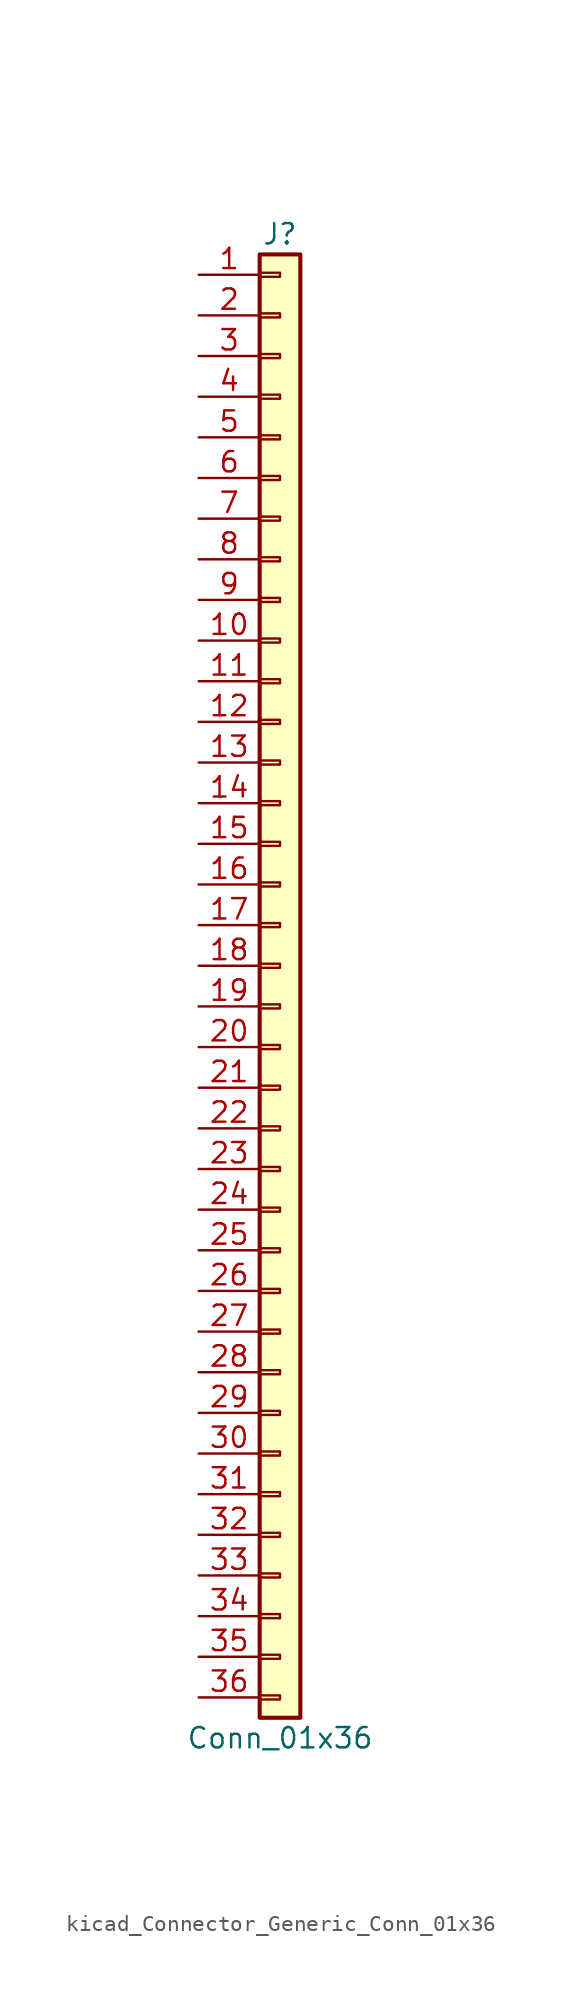
<source format=kicad_sym>
(kicad_symbol_lib
  (version 20220914)
  (generator kicad_symbol_editor)
  (symbol "kicad_Connector_Generic_Conn_01x36"
    (pin_names
      (offset 1.016) hide)
    (property "Reference" "J"
      (at 0 45.72 0)
      (effects (font (size 1.27 1.27))))
    (property "Value" "Conn_01x36"
      (at 0 -48.26 0)
      (effects (font (size 1.27 1.27))))
    (symbol "kicad_Connector_Generic_Conn_01x36_1_1"
      (rectangle (start -1.27 -45.593) (end 0 -45.847) (stroke (width 0.152) (type default)) (fill (type none)))
      (rectangle (start -1.27 -43.053) (end 0 -43.307) (stroke (width 0.152) (type default)) (fill (type none)))
      (rectangle (start -1.27 -40.513) (end 0 -40.767) (stroke (width 0.152) (type default)) (fill (type none)))
      (rectangle (start -1.27 -37.973) (end 0 -38.227) (stroke (width 0.152) (type default)) (fill (type none)))
      (rectangle (start -1.27 -35.433) (end 0 -35.687) (stroke (width 0.152) (type default)) (fill (type none)))
      (rectangle (start -1.27 -32.893) (end 0 -33.147) (stroke (width 0.152) (type default)) (fill (type none)))
      (rectangle (start -1.27 -30.353) (end 0 -30.607) (stroke (width 0.152) (type default)) (fill (type none)))
      (rectangle (start -1.27 -27.813) (end 0 -28.067) (stroke (width 0.152) (type default)) (fill (type none)))
      (rectangle (start -1.27 -25.273) (end 0 -25.527) (stroke (width 0.152) (type default)) (fill (type none)))
      (rectangle (start -1.27 -22.733) (end 0 -22.987) (stroke (width 0.152) (type default)) (fill (type none)))
      (rectangle (start -1.27 -20.193) (end 0 -20.447) (stroke (width 0.152) (type default)) (fill (type none)))
      (rectangle (start -1.27 -17.653) (end 0 -17.907) (stroke (width 0.152) (type default)) (fill (type none)))
      (rectangle (start -1.27 -15.113) (end 0 -15.367) (stroke (width 0.152) (type default)) (fill (type none)))
      (rectangle (start -1.27 -12.573) (end 0 -12.827) (stroke (width 0.152) (type default)) (fill (type none)))
      (rectangle (start -1.27 -10.033) (end 0 -10.287) (stroke (width 0.152) (type default)) (fill (type none)))
      (rectangle (start -1.27 -7.493) (end 0 -7.747) (stroke (width 0.152) (type default)) (fill (type none)))
      (rectangle (start -1.27 -4.953) (end 0 -5.207) (stroke (width 0.152) (type default)) (fill (type none)))
      (rectangle (start -1.27 -2.413) (end 0 -2.667) (stroke (width 0.152) (type default)) (fill (type none)))
      (rectangle (start -1.27 0.127) (end 0 -0.127) (stroke (width 0.152) (type default)) (fill (type none)))
      (rectangle (start -1.27 2.667) (end 0 2.413) (stroke (width 0.152) (type default)) (fill (type none)))
      (rectangle (start -1.27 5.207) (end 0 4.953) (stroke (width 0.152) (type default)) (fill (type none)))
      (rectangle (start -1.27 7.747) (end 0 7.493) (stroke (width 0.152) (type default)) (fill (type none)))
      (rectangle (start -1.27 10.287) (end 0 10.033) (stroke (width 0.152) (type default)) (fill (type none)))
      (rectangle (start -1.27 12.827) (end 0 12.573) (stroke (width 0.152) (type default)) (fill (type none)))
      (rectangle (start -1.27 15.367) (end 0 15.113) (stroke (width 0.152) (type default)) (fill (type none)))
      (rectangle (start -1.27 17.907) (end 0 17.653) (stroke (width 0.152) (type default)) (fill (type none)))
      (rectangle (start -1.27 20.447) (end 0 20.193) (stroke (width 0.152) (type default)) (fill (type none)))
      (rectangle (start -1.27 22.987) (end 0 22.733) (stroke (width 0.152) (type default)) (fill (type none)))
      (rectangle (start -1.27 25.527) (end 0 25.273) (stroke (width 0.152) (type default)) (fill (type none)))
      (rectangle (start -1.27 28.067) (end 0 27.813) (stroke (width 0.152) (type default)) (fill (type none)))
      (rectangle (start -1.27 30.607) (end 0 30.353) (stroke (width 0.152) (type default)) (fill (type none)))
      (rectangle (start -1.27 33.147) (end 0 32.893) (stroke (width 0.152) (type default)) (fill (type none)))
      (rectangle (start -1.27 35.687) (end 0 35.433) (stroke (width 0.152) (type default)) (fill (type none)))
      (rectangle (start -1.27 38.227) (end 0 37.973) (stroke (width 0.152) (type default)) (fill (type none)))
      (rectangle (start -1.27 40.767) (end 0 40.513) (stroke (width 0.152) (type default)) (fill (type none)))
      (rectangle (start -1.27 43.307) (end 0 43.053) (stroke (width 0.152) (type default)) (fill (type none)))
      (rectangle (start -1.27 44.45) (end 1.27 -46.99) (stroke (width 0.254) (type default)) (fill (type background)))
      (pin passive line (at -5.08 43.18 0) (length 3.81) (name "Pin_1" (effects (font (size 1.27 1.27)))) (number "1" (effects (font (size 1.27 1.27)))))
      (pin passive line (at -5.08 20.32 0) (length 3.81) (name "Pin_10" (effects (font (size 1.27 1.27)))) (number "10" (effects (font (size 1.27 1.27)))))
      (pin passive line (at -5.08 17.78 0) (length 3.81) (name "Pin_11" (effects (font (size 1.27 1.27)))) (number "11" (effects (font (size 1.27 1.27)))))
      (pin passive line (at -5.08 15.24 0) (length 3.81) (name "Pin_12" (effects (font (size 1.27 1.27)))) (number "12" (effects (font (size 1.27 1.27)))))
      (pin passive line (at -5.08 12.7 0) (length 3.81) (name "Pin_13" (effects (font (size 1.27 1.27)))) (number "13" (effects (font (size 1.27 1.27)))))
      (pin passive line (at -5.08 10.16 0) (length 3.81) (name "Pin_14" (effects (font (size 1.27 1.27)))) (number "14" (effects (font (size 1.27 1.27)))))
      (pin passive line (at -5.08 7.62 0) (length 3.81) (name "Pin_15" (effects (font (size 1.27 1.27)))) (number "15" (effects (font (size 1.27 1.27)))))
      (pin passive line (at -5.08 5.08 0) (length 3.81) (name "Pin_16" (effects (font (size 1.27 1.27)))) (number "16" (effects (font (size 1.27 1.27)))))
      (pin passive line (at -5.08 2.54 0) (length 3.81) (name "Pin_17" (effects (font (size 1.27 1.27)))) (number "17" (effects (font (size 1.27 1.27)))))
      (pin passive line (at -5.08 0 0) (length 3.81) (name "Pin_18" (effects (font (size 1.27 1.27)))) (number "18" (effects (font (size 1.27 1.27)))))
      (pin passive line (at -5.08 -2.54 0) (length 3.81) (name "Pin_19" (effects (font (size 1.27 1.27)))) (number "19" (effects (font (size 1.27 1.27)))))
      (pin passive line (at -5.08 40.64 0) (length 3.81) (name "Pin_2" (effects (font (size 1.27 1.27)))) (number "2" (effects (font (size 1.27 1.27)))))
      (pin passive line (at -5.08 -5.08 0) (length 3.81) (name "Pin_20" (effects (font (size 1.27 1.27)))) (number "20" (effects (font (size 1.27 1.27)))))
      (pin passive line (at -5.08 -7.62 0) (length 3.81) (name "Pin_21" (effects (font (size 1.27 1.27)))) (number "21" (effects (font (size 1.27 1.27)))))
      (pin passive line (at -5.08 -10.16 0) (length 3.81) (name "Pin_22" (effects (font (size 1.27 1.27)))) (number "22" (effects (font (size 1.27 1.27)))))
      (pin passive line (at -5.08 -12.7 0) (length 3.81) (name "Pin_23" (effects (font (size 1.27 1.27)))) (number "23" (effects (font (size 1.27 1.27)))))
      (pin passive line (at -5.08 -15.24 0) (length 3.81) (name "Pin_24" (effects (font (size 1.27 1.27)))) (number "24" (effects (font (size 1.27 1.27)))))
      (pin passive line (at -5.08 -17.78 0) (length 3.81) (name "Pin_25" (effects (font (size 1.27 1.27)))) (number "25" (effects (font (size 1.27 1.27)))))
      (pin passive line (at -5.08 -20.32 0) (length 3.81) (name "Pin_26" (effects (font (size 1.27 1.27)))) (number "26" (effects (font (size 1.27 1.27)))))
      (pin passive line (at -5.08 -22.86 0) (length 3.81) (name "Pin_27" (effects (font (size 1.27 1.27)))) (number "27" (effects (font (size 1.27 1.27)))))
      (pin passive line (at -5.08 -25.4 0) (length 3.81) (name "Pin_28" (effects (font (size 1.27 1.27)))) (number "28" (effects (font (size 1.27 1.27)))))
      (pin passive line (at -5.08 -27.94 0) (length 3.81) (name "Pin_29" (effects (font (size 1.27 1.27)))) (number "29" (effects (font (size 1.27 1.27)))))
      (pin passive line (at -5.08 38.1 0) (length 3.81) (name "Pin_3" (effects (font (size 1.27 1.27)))) (number "3" (effects (font (size 1.27 1.27)))))
      (pin passive line (at -5.08 -30.48 0) (length 3.81) (name "Pin_30" (effects (font (size 1.27 1.27)))) (number "30" (effects (font (size 1.27 1.27)))))
      (pin passive line (at -5.08 -33.02 0) (length 3.81) (name "Pin_31" (effects (font (size 1.27 1.27)))) (number "31" (effects (font (size 1.27 1.27)))))
      (pin passive line (at -5.08 -35.56 0) (length 3.81) (name "Pin_32" (effects (font (size 1.27 1.27)))) (number "32" (effects (font (size 1.27 1.27)))))
      (pin passive line (at -5.08 -38.1 0) (length 3.81) (name "Pin_33" (effects (font (size 1.27 1.27)))) (number "33" (effects (font (size 1.27 1.27)))))
      (pin passive line (at -5.08 -40.64 0) (length 3.81) (name "Pin_34" (effects (font (size 1.27 1.27)))) (number "34" (effects (font (size 1.27 1.27)))))
      (pin passive line (at -5.08 -43.18 0) (length 3.81) (name "Pin_35" (effects (font (size 1.27 1.27)))) (number "35" (effects (font (size 1.27 1.27)))))
      (pin passive line (at -5.08 -45.72 0) (length 3.81) (name "Pin_36" (effects (font (size 1.27 1.27)))) (number "36" (effects (font (size 1.27 1.27)))))
      (pin passive line (at -5.08 35.56 0) (length 3.81) (name "Pin_4" (effects (font (size 1.27 1.27)))) (number "4" (effects (font (size 1.27 1.27)))))
      (pin passive line (at -5.08 33.02 0) (length 3.81) (name "Pin_5" (effects (font (size 1.27 1.27)))) (number "5" (effects (font (size 1.27 1.27)))))
      (pin passive line (at -5.08 30.48 0) (length 3.81) (name "Pin_6" (effects (font (size 1.27 1.27)))) (number "6" (effects (font (size 1.27 1.27)))))
      (pin passive line (at -5.08 27.94 0) (length 3.81) (name "Pin_7" (effects (font (size 1.27 1.27)))) (number "7" (effects (font (size 1.27 1.27)))))
      (pin passive line (at -5.08 25.4 0) (length 3.81) (name "Pin_8" (effects (font (size 1.27 1.27)))) (number "8" (effects (font (size 1.27 1.27)))))
      (pin passive line (at -5.08 22.86 0) (length 3.81) (name "Pin_9" (effects (font (size 1.27 1.27)))) (number "9" (effects (font (size 1.27 1.27))))))))
</source>
